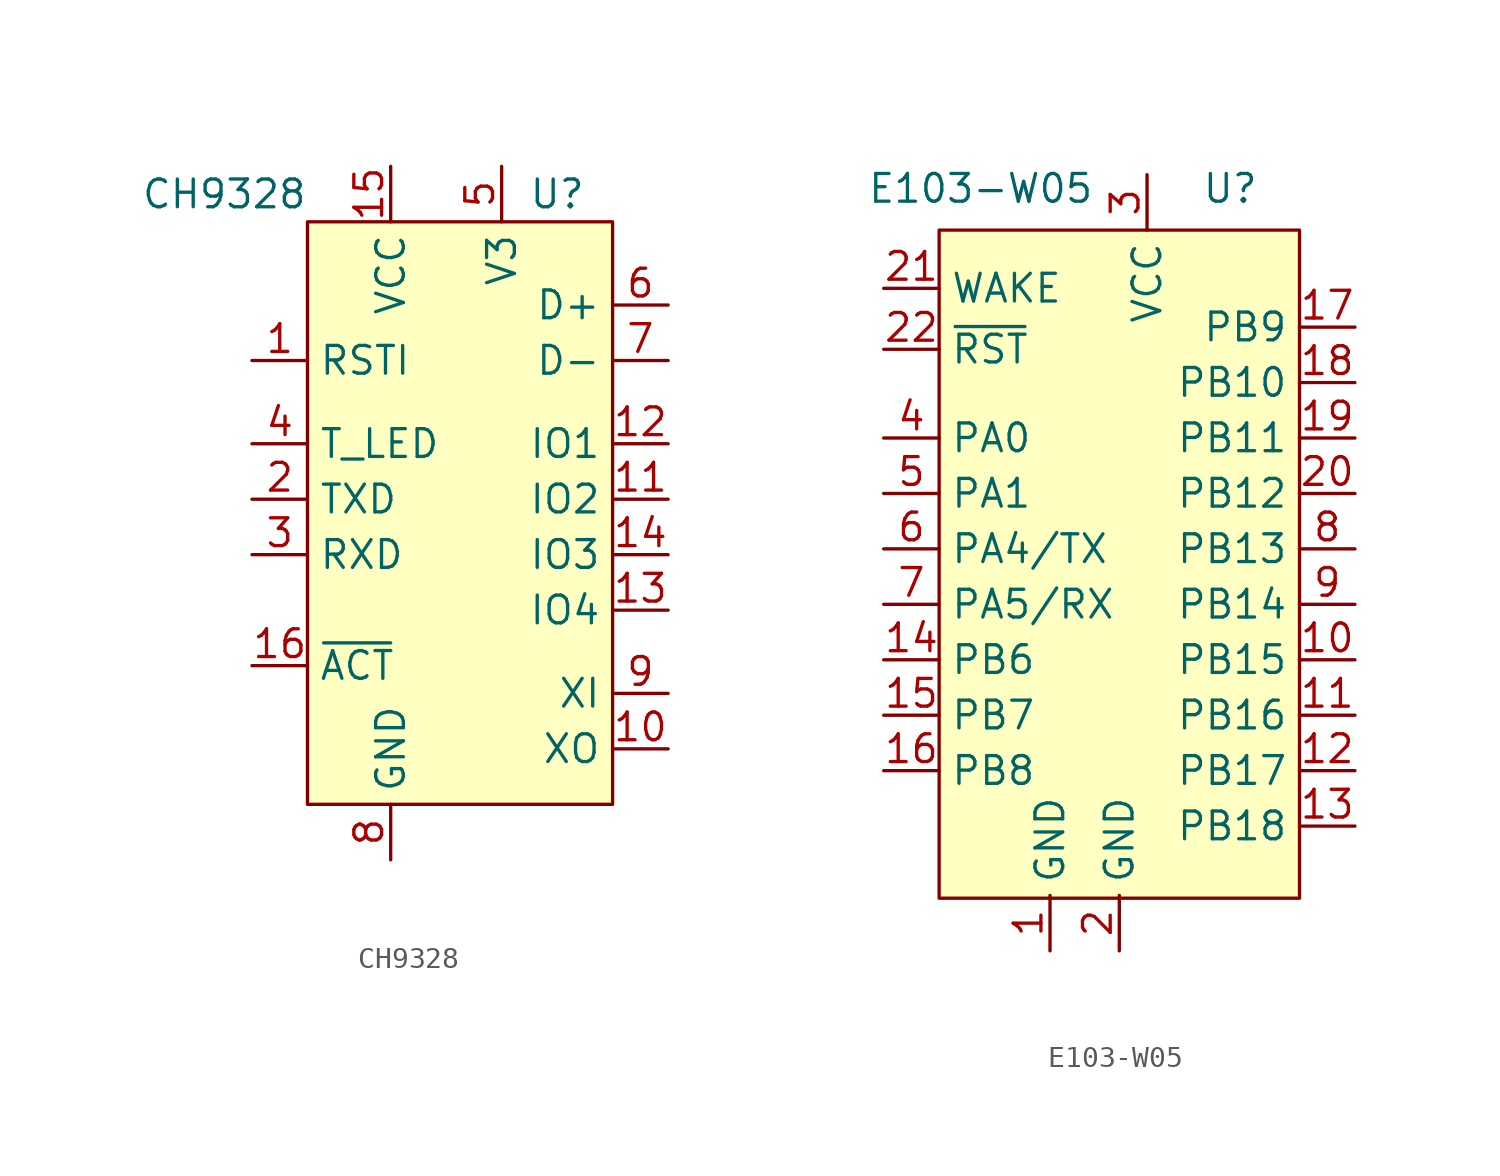
<source format=kicad_sym>
(kicad_symbol_lib
  (version 20211014)
  (generator kicad_symbol_editor)
  (symbol "CH9328"
    (property "Reference" "U"
      (at 3.81 10.16 0)
      (effects (font (size 1.27 1.27))))
    (property "Value" "CH9328"
      (at -11.43 10.16 0)
      (effects (font (size 1.27 1.27))))
    (symbol "CH9328_0_1"
      (rectangle (start -7.62 8.89) (end 6.35 -17.78) (stroke (width 0.152) (type default) (color 0 0 0 0)) (fill (type background))))
    (symbol "CH9328_1_1"
      (pin input line (at -10.16 2.54 0) (length 2.54) (name "RSTI" (effects (font (size 1.27 1.27)))) (number "1" (effects (font (size 1.27 1.27)))))
      (pin output line (at 8.89 -15.24 180) (length 2.54) (name "XO" (effects (font (size 1.27 1.27)))) (number "10" (effects (font (size 1.27 1.27)))))
      (pin bidirectional line (at 8.89 -3.81 180) (length 2.54) (name "IO2" (effects (font (size 1.27 1.27)))) (number "11" (effects (font (size 1.27 1.27)))))
      (pin bidirectional line (at 8.89 -1.27 180) (length 2.54) (name "IO1" (effects (font (size 1.27 1.27)))) (number "12" (effects (font (size 1.27 1.27)))))
      (pin bidirectional line (at 8.89 -8.89 180) (length 2.54) (name "IO4" (effects (font (size 1.27 1.27)))) (number "13" (effects (font (size 1.27 1.27)))))
      (pin bidirectional line (at 8.89 -6.35 180) (length 2.54) (name "IO3" (effects (font (size 1.27 1.27)))) (number "14" (effects (font (size 1.27 1.27)))))
      (pin power_in line (at -3.81 11.43 270) (length 2.54) (name "VCC" (effects (font (size 1.27 1.27)))) (number "15" (effects (font (size 1.27 1.27)))))
      (pin output line (at -10.16 -11.43 0) (length 2.54) (name "~{ACT}" (effects (font (size 1.27 1.27)))) (number "16" (effects (font (size 1.27 1.27)))))
      (pin output line (at -10.16 -3.81 0) (length 2.54) (name "TXD" (effects (font (size 1.27 1.27)))) (number "2" (effects (font (size 1.27 1.27)))))
      (pin input line (at -10.16 -6.35 0) (length 2.54) (name "RXD" (effects (font (size 1.27 1.27)))) (number "3" (effects (font (size 1.27 1.27)))))
      (pin output line (at -10.16 -1.27 0) (length 2.54) (name "T_LED" (effects (font (size 1.27 1.27)))) (number "4" (effects (font (size 1.27 1.27)))))
      (pin power_in line (at 1.27 11.43 270) (length 2.54) (name "V3" (effects (font (size 1.27 1.27)))) (number "5" (effects (font (size 1.27 1.27)))))
      (pin bidirectional line (at 8.89 5.08 180) (length 2.54) (name "D+" (effects (font (size 1.27 1.27)))) (number "6" (effects (font (size 1.27 1.27)))))
      (pin bidirectional line (at 8.89 2.54 180) (length 2.54) (name "D-" (effects (font (size 1.27 1.27)))) (number "7" (effects (font (size 1.27 1.27)))))
      (pin power_in line (at -3.81 -20.32 90) (length 2.54) (name "GND" (effects (font (size 1.27 1.27)))) (number "8" (effects (font (size 1.27 1.27)))))
      (pin input line (at 8.89 -12.7 180) (length 2.54) (name "XI" (effects (font (size 1.27 1.27)))) (number "9" (effects (font (size 1.27 1.27)))))))
  (symbol "E103-W05"
    (property "Reference" "U"
      (at 3.175 13.97 0)
      (effects (font (size 1.27 1.27))))
    (property "Value" "E103-W05"
      (at -8.255 13.97 0)
      (effects (font (size 1.27 1.27))))
    (symbol "E103-W05_0_1"
      (rectangle (start -10.16 12.065) (end 6.35 -18.542) (stroke (width 0.152) (type default) (color 0 0 0 0)) (fill (type background))))
    (symbol "E103-W05_1_1"
      (pin power_in line (at -5.08 -20.955 90) (length 2.54) (name "GND" (effects (font (size 1.27 1.27)))) (number "1" (effects (font (size 1.27 1.27)))))
      (pin bidirectional line (at 8.89 -7.62 180) (length 2.54) (name "PB15" (effects (font (size 1.27 1.27)))) (number "10" (effects (font (size 1.27 1.27)))))
      (pin bidirectional line (at 8.89 -10.16 180) (length 2.54) (name "PB16" (effects (font (size 1.27 1.27)))) (number "11" (effects (font (size 1.27 1.27)))))
      (pin bidirectional line (at 8.89 -12.7 180) (length 2.54) (name "PB17" (effects (font (size 1.27 1.27)))) (number "12" (effects (font (size 1.27 1.27)))))
      (pin bidirectional line (at 8.89 -15.24 180) (length 2.54) (name "PB18" (effects (font (size 1.27 1.27)))) (number "13" (effects (font (size 1.27 1.27)))))
      (pin bidirectional line (at -12.7 -7.62 0) (length 2.54) (name "PB6" (effects (font (size 1.27 1.27)))) (number "14" (effects (font (size 1.27 1.27)))))
      (pin bidirectional line (at -12.7 -10.16 0) (length 2.54) (name "PB7" (effects (font (size 1.27 1.27)))) (number "15" (effects (font (size 1.27 1.27)))))
      (pin bidirectional line (at -12.7 -12.7 0) (length 2.54) (name "PB8" (effects (font (size 1.27 1.27)))) (number "16" (effects (font (size 1.27 1.27)))))
      (pin bidirectional line (at 8.89 7.62 180) (length 2.54) (name "PB9" (effects (font (size 1.27 1.27)))) (number "17" (effects (font (size 1.27 1.27)))))
      (pin bidirectional line (at 8.89 5.08 180) (length 2.54) (name "PB10" (effects (font (size 1.27 1.27)))) (number "18" (effects (font (size 1.27 1.27)))))
      (pin bidirectional line (at 8.89 2.54 180) (length 2.54) (name "PB11" (effects (font (size 1.27 1.27)))) (number "19" (effects (font (size 1.27 1.27)))))
      (pin power_in line (at -1.905 -20.955 90) (length 2.54) (name "GND" (effects (font (size 1.27 1.27)))) (number "2" (effects (font (size 1.27 1.27)))))
      (pin bidirectional line (at 8.89 0 180) (length 2.54) (name "PB12" (effects (font (size 1.27 1.27)))) (number "20" (effects (font (size 1.27 1.27)))))
      (pin input line (at -12.7 9.398 0) (length 2.54) (name "WAKE" (effects (font (size 1.27 1.27)))) (number "21" (effects (font (size 1.27 1.27)))))
      (pin input line (at -12.7 6.604 0) (length 2.54) (name "~{RST}" (effects (font (size 1.27 1.27)))) (number "22" (effects (font (size 1.27 1.27)))))
      (pin power_in line (at -0.635 14.605 270) (length 2.54) (name "VCC" (effects (font (size 1.27 1.27)))) (number "3" (effects (font (size 1.27 1.27)))))
      (pin bidirectional line (at -12.7 2.54 0) (length 2.54) (name "PA0" (effects (font (size 1.27 1.27)))) (number "4" (effects (font (size 1.27 1.27)))))
      (pin bidirectional line (at -12.7 0 0) (length 2.54) (name "PA1" (effects (font (size 1.27 1.27)))) (number "5" (effects (font (size 1.27 1.27)))))
      (pin bidirectional line (at -12.7 -2.54 0) (length 2.54) (name "PA4/TX" (effects (font (size 1.27 1.27)))) (number "6" (effects (font (size 1.27 1.27)))))
      (pin bidirectional line (at -12.7 -5.08 0) (length 2.54) (name "PA5/RX" (effects (font (size 1.27 1.27)))) (number "7" (effects (font (size 1.27 1.27)))))
      (pin bidirectional line (at 8.89 -2.54 180) (length 2.54) (name "PB13" (effects (font (size 1.27 1.27)))) (number "8" (effects (font (size 1.27 1.27)))))
      (pin bidirectional line (at 8.89 -5.08 180) (length 2.54) (name "PB14" (effects (font (size 1.27 1.27)))) (number "9" (effects (font (size 1.27 1.27))))))))
</source>
